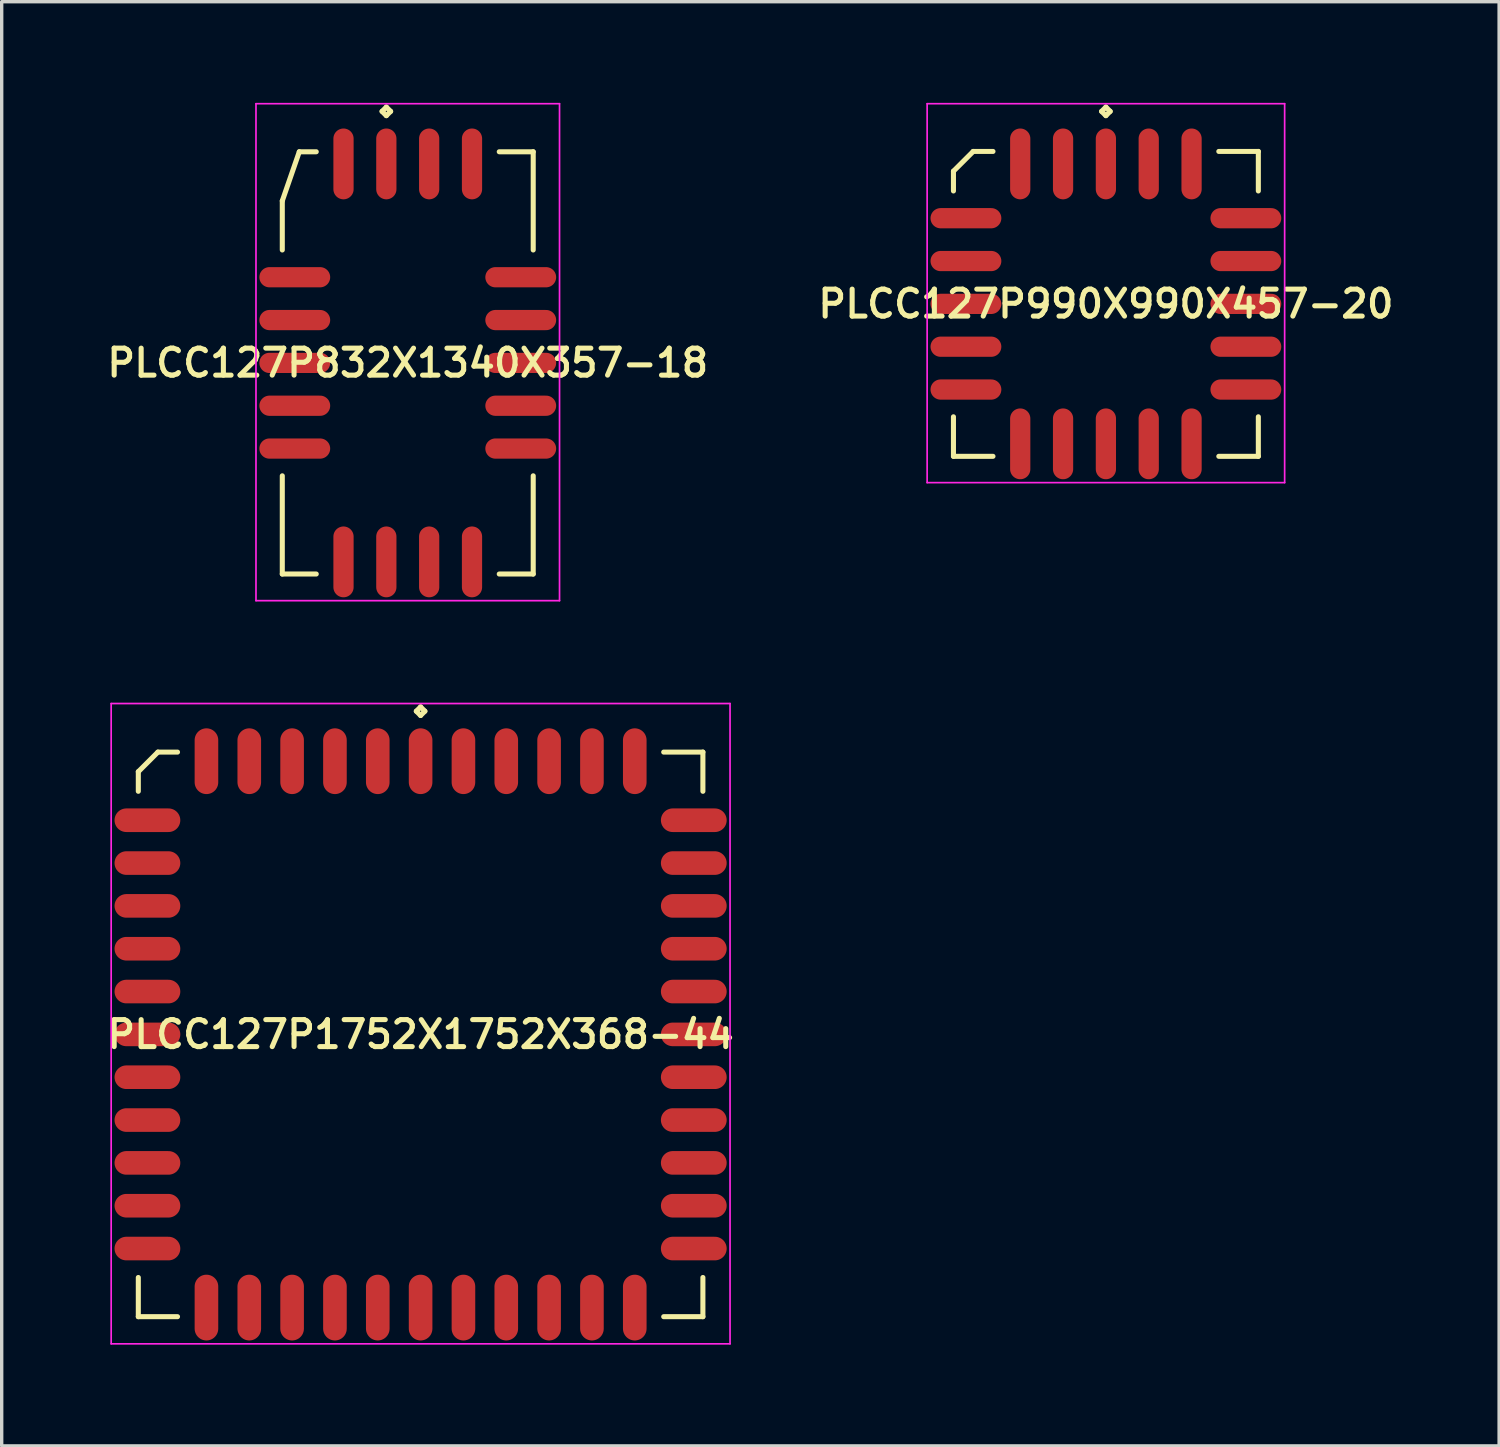
<source format=kicad_pcb>
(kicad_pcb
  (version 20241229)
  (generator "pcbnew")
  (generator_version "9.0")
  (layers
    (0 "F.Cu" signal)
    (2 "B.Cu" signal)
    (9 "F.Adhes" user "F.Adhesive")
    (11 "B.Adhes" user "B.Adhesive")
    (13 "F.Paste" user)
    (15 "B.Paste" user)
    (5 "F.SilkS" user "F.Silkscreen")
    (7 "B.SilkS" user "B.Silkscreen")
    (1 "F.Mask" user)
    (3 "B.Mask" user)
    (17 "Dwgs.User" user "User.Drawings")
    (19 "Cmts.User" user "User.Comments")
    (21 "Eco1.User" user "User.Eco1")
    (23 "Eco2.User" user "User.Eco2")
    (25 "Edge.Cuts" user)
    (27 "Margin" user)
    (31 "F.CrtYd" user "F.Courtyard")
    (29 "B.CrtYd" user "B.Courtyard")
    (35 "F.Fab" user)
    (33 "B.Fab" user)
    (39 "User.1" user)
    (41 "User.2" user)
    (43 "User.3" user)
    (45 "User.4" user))
  (footprint "PLCC127P1752X1752X368-44"
    (layer "F.Cu")
    (at 9.421 27.62)
    (property "Reference" "PLCC127P1752X1752X368-44" (at 0 0 0) (layer "F.SilkS") (effects (font (size 0.8 0.8) (thickness 0.15))))
    (attr smd)
    (fp_line (start -8.37 -7.789) (end -7.789 -8.37) (stroke (width 0.15) (type solid)) (layer "F.SilkS"))
    (fp_line (start -8.37 -7.208) (end -8.37 -7.789) (stroke (width 0.15) (type solid)) (layer "F.SilkS"))
    (fp_line (start -8.37 7.208) (end -8.37 8.37) (stroke (width 0.15) (type solid)) (layer "F.SilkS"))
    (fp_line (start -8.37 8.37) (end -7.208 8.37) (stroke (width 0.15) (type solid)) (layer "F.SilkS"))
    (fp_line (start -7.789 -8.37) (end -7.208 -8.37) (stroke (width 0.15) (type solid)) (layer "F.SilkS"))
    (fp_line (start -0.127 -9.583) (end 0 -9.71) (stroke (width 0.15) (type solid)) (layer "F.SilkS"))
    (fp_line (start 0 -9.71) (end 0.127 -9.583) (stroke (width 0.15) (type solid)) (layer "F.SilkS"))
    (fp_line (start 0 -9.456) (end -0.127 -9.583) (stroke (width 0.15) (type solid)) (layer "F.SilkS"))
    (fp_line (start 0.127 -9.583) (end 0 -9.456) (stroke (width 0.15) (type solid)) (layer "F.SilkS"))
    (fp_line (start 8.37 -8.37) (end 7.208 -8.37) (stroke (width 0.15) (type solid)) (layer "F.SilkS"))
    (fp_line (start 8.37 -7.208) (end 8.37 -8.37) (stroke (width 0.15) (type solid)) (layer "F.SilkS"))
    (fp_line (start 8.37 7.208) (end 8.37 8.37) (stroke (width 0.15) (type solid)) (layer "F.SilkS"))
    (fp_line (start 8.37 8.37) (end 7.208 8.37) (stroke (width 0.15) (type solid)) (layer "F.SilkS"))
    (fp_line (start -9.175 -9.81) (end 9.175 -9.81) (stroke (width 0.05) (type solid)) (layer "F.CrtYd"))
    (fp_line (start -9.175 9.175) (end -9.175 -9.81) (stroke (width 0.05) (type solid)) (layer "F.CrtYd"))
    (fp_line (start 9.175 -9.81) (end 9.175 9.175) (stroke (width 0.05) (type solid)) (layer "F.CrtYd"))
    (fp_line (start 9.175 9.175) (end -9.175 9.175) (stroke (width 0.05) (type solid)) (layer "F.CrtYd"))
    (pad "1" smd oval (at 0 -8.1) (size 0.7 1.95) (layers "F.Cu" "F.Mask" "F.Paste"))
    (pad "2" smd oval (at -1.27 -8.1) (size 0.7 1.95) (layers "F.Cu" "F.Mask" "F.Paste"))
    (pad "3" smd oval (at -2.54 -8.1) (size 0.7 1.95) (layers "F.Cu" "F.Mask" "F.Paste"))
    (pad "4" smd oval (at -3.81 -8.1) (size 0.7 1.95) (layers "F.Cu" "F.Mask" "F.Paste"))
    (pad "5" smd oval (at -5.08 -8.1) (size 0.7 1.95) (layers "F.Cu" "F.Mask" "F.Paste"))
    (pad "6" smd oval (at -6.35 -8.1) (size 0.7 1.95) (layers "F.Cu" "F.Mask" "F.Paste"))
    (pad "7" smd oval (at -8.1 -6.35) (size 1.95 0.7) (layers "F.Cu" "F.Mask" "F.Paste"))
    (pad "8" smd oval (at -8.1 -5.08) (size 1.95 0.7) (layers "F.Cu" "F.Mask" "F.Paste"))
    (pad "9" smd oval (at -8.1 -3.81) (size 1.95 0.7) (layers "F.Cu" "F.Mask" "F.Paste"))
    (pad "10" smd oval (at -8.1 -2.54) (size 1.95 0.7) (layers "F.Cu" "F.Mask" "F.Paste"))
    (pad "11" smd oval (at -8.1 -1.27) (size 1.95 0.7) (layers "F.Cu" "F.Mask" "F.Paste"))
    (pad "12" smd oval (at -8.1 0) (size 1.95 0.7) (layers "F.Cu" "F.Mask" "F.Paste"))
    (pad "13" smd oval (at -8.1 1.27) (size 1.95 0.7) (layers "F.Cu" "F.Mask" "F.Paste"))
    (pad "14" smd oval (at -8.1 2.54) (size 1.95 0.7) (layers "F.Cu" "F.Mask" "F.Paste"))
    (pad "15" smd oval (at -8.1 3.81) (size 1.95 0.7) (layers "F.Cu" "F.Mask" "F.Paste"))
    (pad "16" smd oval (at -8.1 5.08) (size 1.95 0.7) (layers "F.Cu" "F.Mask" "F.Paste"))
    (pad "17" smd oval (at -8.1 6.35) (size 1.95 0.7) (layers "F.Cu" "F.Mask" "F.Paste"))
    (pad "18" smd oval (at -6.35 8.1) (size 0.7 1.95) (layers "F.Cu" "F.Mask" "F.Paste"))
    (pad "19" smd oval (at -5.08 8.1) (size 0.7 1.95) (layers "F.Cu" "F.Mask" "F.Paste"))
    (pad "20" smd oval (at -3.81 8.1) (size 0.7 1.95) (layers "F.Cu" "F.Mask" "F.Paste"))
    (pad "21" smd oval (at -2.54 8.1) (size 0.7 1.95) (layers "F.Cu" "F.Mask" "F.Paste"))
    (pad "22" smd oval (at -1.27 8.1) (size 0.7 1.95) (layers "F.Cu" "F.Mask" "F.Paste"))
    (pad "23" smd oval (at 0 8.1) (size 0.7 1.95) (layers "F.Cu" "F.Mask" "F.Paste"))
    (pad "24" smd oval (at 1.27 8.1) (size 0.7 1.95) (layers "F.Cu" "F.Mask" "F.Paste"))
    (pad "25" smd oval (at 2.54 8.1) (size 0.7 1.95) (layers "F.Cu" "F.Mask" "F.Paste"))
    (pad "26" smd oval (at 3.81 8.1) (size 0.7 1.95) (layers "F.Cu" "F.Mask" "F.Paste"))
    (pad "27" smd oval (at 5.08 8.1) (size 0.7 1.95) (layers "F.Cu" "F.Mask" "F.Paste"))
    (pad "28" smd oval (at 6.35 8.1) (size 0.7 1.95) (layers "F.Cu" "F.Mask" "F.Paste"))
    (pad "29" smd oval (at 8.1 6.35) (size 1.95 0.7) (layers "F.Cu" "F.Mask" "F.Paste"))
    (pad "30" smd oval (at 8.1 5.08) (size 1.95 0.7) (layers "F.Cu" "F.Mask" "F.Paste"))
    (pad "31" smd oval (at 8.1 3.81) (size 1.95 0.7) (layers "F.Cu" "F.Mask" "F.Paste"))
    (pad "32" smd oval (at 8.1 2.54) (size 1.95 0.7) (layers "F.Cu" "F.Mask" "F.Paste"))
    (pad "33" smd oval (at 8.1 1.27) (size 1.95 0.7) (layers "F.Cu" "F.Mask" "F.Paste"))
    (pad "34" smd oval (at 8.1 0) (size 1.95 0.7) (layers "F.Cu" "F.Mask" "F.Paste"))
    (pad "35" smd oval (at 8.1 -1.27) (size 1.95 0.7) (layers "F.Cu" "F.Mask" "F.Paste"))
    (pad "36" smd oval (at 8.1 -2.54) (size 1.95 0.7) (layers "F.Cu" "F.Mask" "F.Paste"))
    (pad "37" smd oval (at 8.1 -3.81) (size 1.95 0.7) (layers "F.Cu" "F.Mask" "F.Paste"))
    (pad "38" smd oval (at 8.1 -5.08) (size 1.95 0.7) (layers "F.Cu" "F.Mask" "F.Paste"))
    (pad "39" smd oval (at 8.1 -6.35) (size 1.95 0.7) (layers "F.Cu" "F.Mask" "F.Paste"))
    (pad "40" smd oval (at 6.35 -8.1) (size 0.7 1.95) (layers "F.Cu" "F.Mask" "F.Paste"))
    (pad "41" smd oval (at 5.08 -8.1) (size 0.7 1.95) (layers "F.Cu" "F.Mask" "F.Paste"))
    (pad "42" smd oval (at 3.81 -8.1) (size 0.7 1.95) (layers "F.Cu" "F.Mask" "F.Paste"))
    (pad "43" smd oval (at 2.54 -8.1) (size 0.7 1.95) (layers "F.Cu" "F.Mask" "F.Paste"))
    (pad "44" smd oval (at 1.27 -8.1) (size 0.7 1.95) (layers "F.Cu" "F.Mask" "F.Paste")))
  (footprint "PLCC127P832X1340X357-18"
    (layer "F.Cu")
    (at 9.04 7.71)
    (property "Reference" "PLCC127P832X1340X357-18" (at 0 0 0) (layer "F.SilkS") (effects (font (size 0.8 0.8) (thickness 0.15))))
    (attr smd)
    (fp_line (start -3.72 -4.804) (end -3.216 -6.26) (stroke (width 0.15) (type solid)) (layer "F.SilkS"))
    (fp_line (start -3.72 -3.348) (end -3.72 -4.804) (stroke (width 0.15) (type solid)) (layer "F.SilkS"))
    (fp_line (start -3.72 3.348) (end -3.72 6.26) (stroke (width 0.15) (type solid)) (layer "F.SilkS"))
    (fp_line (start -3.72 6.26) (end -2.713 6.26) (stroke (width 0.15) (type solid)) (layer "F.SilkS"))
    (fp_line (start -3.216 -6.26) (end -2.713 -6.26) (stroke (width 0.15) (type solid)) (layer "F.SilkS"))
    (fp_line (start -0.762 -7.458) (end -0.635 -7.585) (stroke (width 0.15) (type solid)) (layer "F.SilkS"))
    (fp_line (start -0.635 -7.585) (end -0.508 -7.458) (stroke (width 0.15) (type solid)) (layer "F.SilkS"))
    (fp_line (start -0.635 -7.331) (end -0.762 -7.458) (stroke (width 0.15) (type solid)) (layer "F.SilkS"))
    (fp_line (start -0.508 -7.458) (end -0.635 -7.331) (stroke (width 0.15) (type solid)) (layer "F.SilkS"))
    (fp_line (start 3.72 -6.26) (end 2.713 -6.26) (stroke (width 0.15) (type solid)) (layer "F.SilkS"))
    (fp_line (start 3.72 -3.348) (end 3.72 -6.26) (stroke (width 0.15) (type solid)) (layer "F.SilkS"))
    (fp_line (start 3.72 3.348) (end 3.72 6.26) (stroke (width 0.15) (type solid)) (layer "F.SilkS"))
    (fp_line (start 3.72 6.26) (end 2.713 6.26) (stroke (width 0.15) (type solid)) (layer "F.SilkS"))
    (fp_line (start -4.5 -7.685) (end 4.5 -7.685) (stroke (width 0.05) (type solid)) (layer "F.CrtYd"))
    (fp_line (start -4.5 7.05) (end -4.5 -7.685) (stroke (width 0.05) (type solid)) (layer "F.CrtYd"))
    (fp_line (start 4.5 -7.685) (end 4.5 7.05) (stroke (width 0.05) (type solid)) (layer "F.CrtYd"))
    (fp_line (start 4.5 7.05) (end -4.5 7.05) (stroke (width 0.05) (type solid)) (layer "F.CrtYd"))
    (pad "1" smd oval (at -0.635 -5.9) (size 0.6 2.1) (layers "F.Cu" "F.Mask" "F.Paste"))
    (pad "2" smd oval (at -1.905 -5.9) (size 0.6 2.1) (layers "F.Cu" "F.Mask" "F.Paste"))
    (pad "3" smd oval (at -3.35 -2.54) (size 2.1 0.6) (layers "F.Cu" "F.Mask" "F.Paste"))
    (pad "4" smd oval (at -3.35 -1.27) (size 2.1 0.6) (layers "F.Cu" "F.Mask" "F.Paste"))
    (pad "5" smd oval (at -3.35 0) (size 2.1 0.6) (layers "F.Cu" "F.Mask" "F.Paste"))
    (pad "6" smd oval (at -3.35 1.27) (size 2.1 0.6) (layers "F.Cu" "F.Mask" "F.Paste"))
    (pad "7" smd oval (at -3.35 2.54) (size 2.1 0.6) (layers "F.Cu" "F.Mask" "F.Paste"))
    (pad "8" smd oval (at -1.905 5.9) (size 0.6 2.1) (layers "F.Cu" "F.Mask" "F.Paste"))
    (pad "9" smd oval (at -0.635 5.9) (size 0.6 2.1) (layers "F.Cu" "F.Mask" "F.Paste"))
    (pad "10" smd oval (at 0.635 5.9) (size 0.6 2.1) (layers "F.Cu" "F.Mask" "F.Paste"))
    (pad "11" smd oval (at 1.905 5.9) (size 0.6 2.1) (layers "F.Cu" "F.Mask" "F.Paste"))
    (pad "12" smd oval (at 3.35 2.54) (size 2.1 0.6) (layers "F.Cu" "F.Mask" "F.Paste"))
    (pad "13" smd oval (at 3.35 1.27) (size 2.1 0.6) (layers "F.Cu" "F.Mask" "F.Paste"))
    (pad "14" smd oval (at 3.35 0) (size 2.1 0.6) (layers "F.Cu" "F.Mask" "F.Paste"))
    (pad "15" smd oval (at 3.35 -1.27) (size 2.1 0.6) (layers "F.Cu" "F.Mask" "F.Paste"))
    (pad "16" smd oval (at 3.35 -2.54) (size 2.1 0.6) (layers "F.Cu" "F.Mask" "F.Paste"))
    (pad "17" smd oval (at 1.905 -5.9) (size 0.6 2.1) (layers "F.Cu" "F.Mask" "F.Paste"))
    (pad "18" smd oval (at 0.635 -5.9) (size 0.6 2.1) (layers "F.Cu" "F.Mask" "F.Paste")))
  (footprint "PLCC127P990X990X457-20"
    (layer "F.Cu")
    (at 29.74 5.96)
    (property "Reference" "PLCC127P990X990X457-20" (at 0 0 0) (layer "F.SilkS") (effects (font (size 0.8 0.8) (thickness 0.15))))
    (attr smd)
    (fp_line (start -4.52 -3.934) (end -3.934 -4.52) (stroke (width 0.15) (type solid)) (layer "F.SilkS"))
    (fp_line (start -4.52 -3.348) (end -4.52 -3.934) (stroke (width 0.15) (type solid)) (layer "F.SilkS"))
    (fp_line (start -4.52 3.348) (end -4.52 4.52) (stroke (width 0.15) (type solid)) (layer "F.SilkS"))
    (fp_line (start -4.52 4.52) (end -3.348 4.52) (stroke (width 0.15) (type solid)) (layer "F.SilkS"))
    (fp_line (start -3.934 -4.52) (end -3.348 -4.52) (stroke (width 0.15) (type solid)) (layer "F.SilkS"))
    (fp_line (start -0.127 -5.708) (end 0 -5.835) (stroke (width 0.15) (type solid)) (layer "F.SilkS"))
    (fp_line (start 0 -5.835) (end 0.127 -5.708) (stroke (width 0.15) (type solid)) (layer "F.SilkS"))
    (fp_line (start 0 -5.581) (end -0.127 -5.708) (stroke (width 0.15) (type solid)) (layer "F.SilkS"))
    (fp_line (start 0.127 -5.708) (end 0 -5.581) (stroke (width 0.15) (type solid)) (layer "F.SilkS"))
    (fp_line (start 4.52 -4.52) (end 3.348 -4.52) (stroke (width 0.15) (type solid)) (layer "F.SilkS"))
    (fp_line (start 4.52 -3.348) (end 4.52 -4.52) (stroke (width 0.15) (type solid)) (layer "F.SilkS"))
    (fp_line (start 4.52 3.348) (end 4.52 4.52) (stroke (width 0.15) (type solid)) (layer "F.SilkS"))
    (fp_line (start 4.52 4.52) (end 3.348 4.52) (stroke (width 0.15) (type solid)) (layer "F.SilkS"))
    (fp_line (start -5.3 -5.935) (end 5.3 -5.935) (stroke (width 0.05) (type solid)) (layer "F.CrtYd"))
    (fp_line (start -5.3 5.3) (end -5.3 -5.935) (stroke (width 0.05) (type solid)) (layer "F.CrtYd"))
    (fp_line (start 5.3 -5.935) (end 5.3 5.3) (stroke (width 0.05) (type solid)) (layer "F.CrtYd"))
    (fp_line (start 5.3 5.3) (end -5.3 5.3) (stroke (width 0.05) (type solid)) (layer "F.CrtYd"))
    (pad "1" smd oval (at 0 -4.15) (size 0.6 2.1) (layers "F.Cu" "F.Mask" "F.Paste"))
    (pad "2" smd oval (at -1.27 -4.15) (size 0.6 2.1) (layers "F.Cu" "F.Mask" "F.Paste"))
    (pad "3" smd oval (at -2.54 -4.15) (size 0.6 2.1) (layers "F.Cu" "F.Mask" "F.Paste"))
    (pad "4" smd oval (at -4.15 -2.54) (size 2.1 0.6) (layers "F.Cu" "F.Mask" "F.Paste"))
    (pad "5" smd oval (at -4.15 -1.27) (size 2.1 0.6) (layers "F.Cu" "F.Mask" "F.Paste"))
    (pad "6" smd oval (at -4.15 0) (size 2.1 0.6) (layers "F.Cu" "F.Mask" "F.Paste"))
    (pad "7" smd oval (at -4.15 1.27) (size 2.1 0.6) (layers "F.Cu" "F.Mask" "F.Paste"))
    (pad "8" smd oval (at -4.15 2.54) (size 2.1 0.6) (layers "F.Cu" "F.Mask" "F.Paste"))
    (pad "9" smd oval (at -2.54 4.15) (size 0.6 2.1) (layers "F.Cu" "F.Mask" "F.Paste"))
    (pad "10" smd oval (at -1.27 4.15) (size 0.6 2.1) (layers "F.Cu" "F.Mask" "F.Paste"))
    (pad "11" smd oval (at 0 4.15) (size 0.6 2.1) (layers "F.Cu" "F.Mask" "F.Paste"))
    (pad "12" smd oval (at 1.27 4.15) (size 0.6 2.1) (layers "F.Cu" "F.Mask" "F.Paste"))
    (pad "13" smd oval (at 2.54 4.15) (size 0.6 2.1) (layers "F.Cu" "F.Mask" "F.Paste"))
    (pad "14" smd oval (at 4.15 2.54) (size 2.1 0.6) (layers "F.Cu" "F.Mask" "F.Paste"))
    (pad "15" smd oval (at 4.15 1.27) (size 2.1 0.6) (layers "F.Cu" "F.Mask" "F.Paste"))
    (pad "16" smd oval (at 4.15 0) (size 2.1 0.6) (layers "F.Cu" "F.Mask" "F.Paste"))
    (pad "17" smd oval (at 4.15 -1.27) (size 2.1 0.6) (layers "F.Cu" "F.Mask" "F.Paste"))
    (pad "18" smd oval (at 4.15 -2.54) (size 2.1 0.6) (layers "F.Cu" "F.Mask" "F.Paste"))
    (pad "19" smd oval (at 2.54 -4.15) (size 0.6 2.1) (layers "F.Cu" "F.Mask" "F.Paste"))
    (pad "20" smd oval (at 1.27 -4.15) (size 0.6 2.1) (layers "F.Cu" "F.Mask" "F.Paste")))
  (gr_rect
    (start -3 -3)
    (end 41.399 39.82)
    (stroke (width 0.1) (type default))
    (fill no)
    (layer "Edge.Cuts")))
</source>
